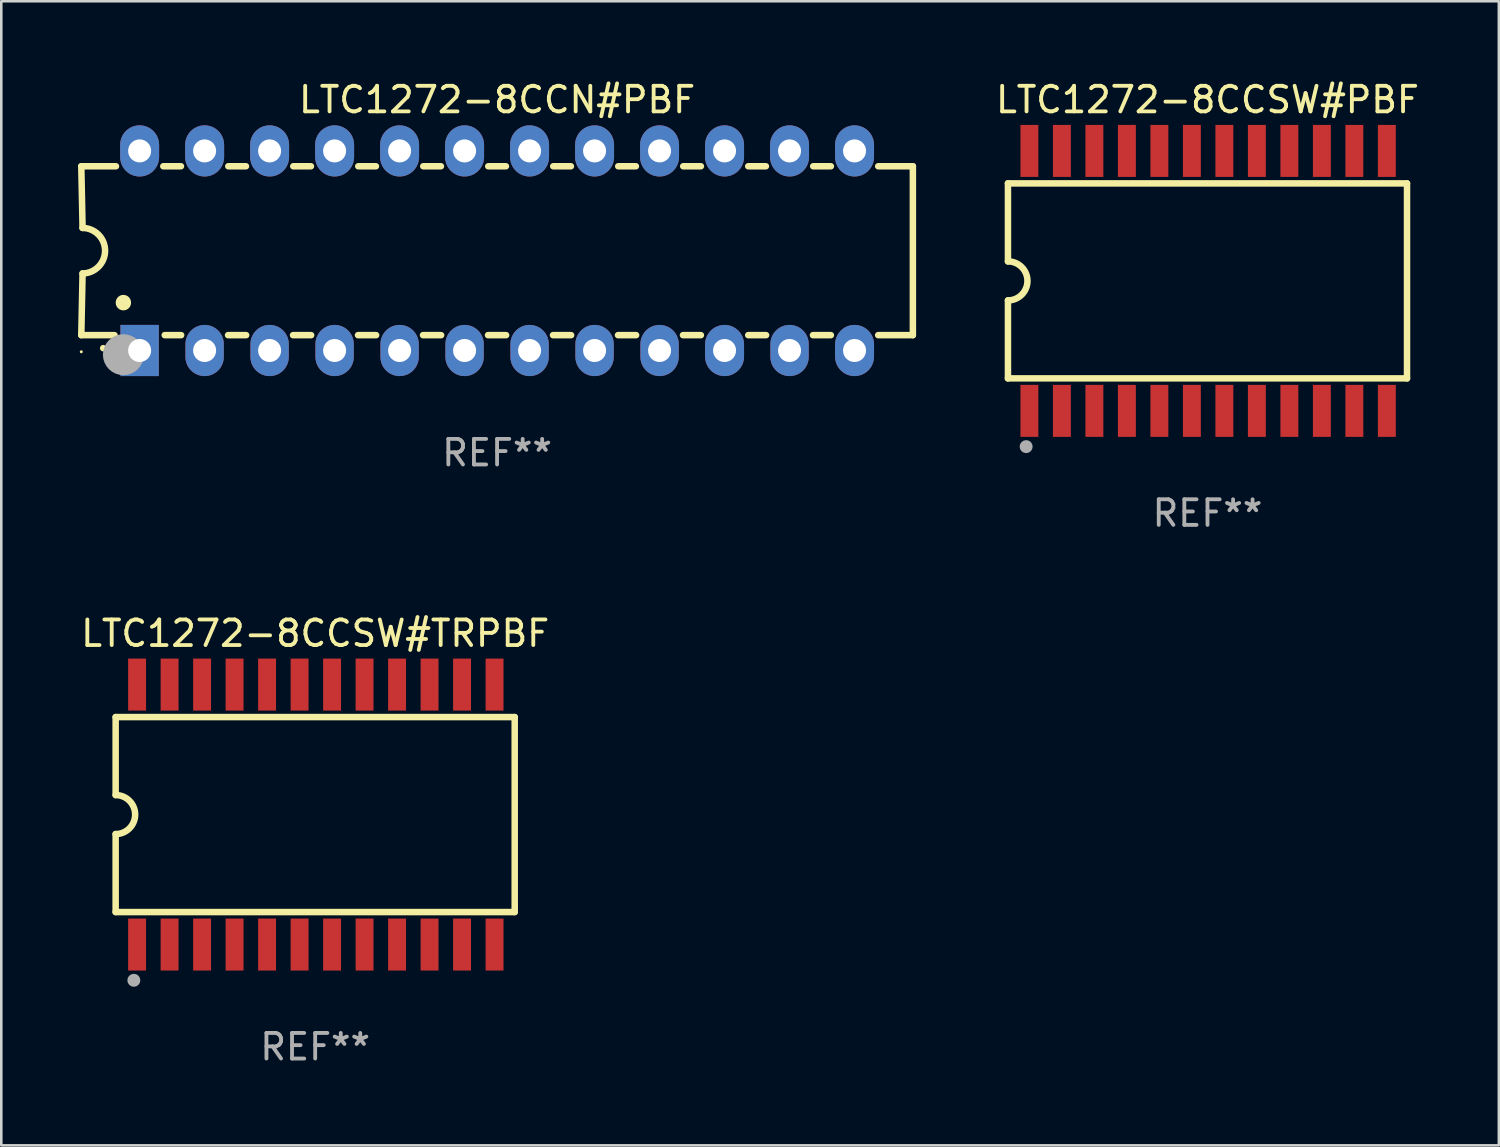
<source format=kicad_pcb>
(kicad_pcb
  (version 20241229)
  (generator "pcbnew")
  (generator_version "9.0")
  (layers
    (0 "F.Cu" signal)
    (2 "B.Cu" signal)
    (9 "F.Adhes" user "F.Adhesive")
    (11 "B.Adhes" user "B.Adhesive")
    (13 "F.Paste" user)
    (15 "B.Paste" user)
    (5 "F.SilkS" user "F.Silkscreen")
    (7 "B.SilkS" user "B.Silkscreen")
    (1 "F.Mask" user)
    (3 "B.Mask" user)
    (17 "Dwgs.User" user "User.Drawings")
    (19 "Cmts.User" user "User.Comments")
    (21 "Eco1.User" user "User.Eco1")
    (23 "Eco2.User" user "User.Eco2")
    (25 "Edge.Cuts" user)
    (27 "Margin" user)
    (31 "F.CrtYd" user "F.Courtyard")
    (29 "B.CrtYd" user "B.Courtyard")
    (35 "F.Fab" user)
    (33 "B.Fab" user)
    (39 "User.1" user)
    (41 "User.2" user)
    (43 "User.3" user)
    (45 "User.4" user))
  (footprint "LTC1272-8CCSW#PBF"
    (layer "F.Cu")
    (at 44.141 7.928)
    (property "Reference" "LTC1272-8CCSW#PBF" (at 0 -7.08 0) (layer "F.SilkS") (effects (font (size 1 1) (thickness 0.15))))
    (attr through_hole)
    (fp_line (start -7.798 -3.81) (end -7.798 -0.762) (stroke (width 0.254) (type solid)) (layer "F.SilkS"))
    (fp_line (start -7.798 3.81) (end -7.798 0.762) (stroke (width 0.254) (type solid)) (layer "F.SilkS"))
    (fp_line (start 7.798 -3.81) (end -7.798 -3.81) (stroke (width 0.254) (type solid)) (layer "F.SilkS"))
    (fp_line (start 7.798 3.81) (end -7.798 3.81) (stroke (width 0.254) (type solid)) (layer "F.SilkS"))
    (fp_line (start 7.798 3.81) (end 7.798 -3.81) (stroke (width 0.254) (type solid)) (layer "F.SilkS"))
    (fp_arc (start -7.797791 -0.762002) (mid -7.03579 -0.000001) (end -7.79779 0.762002) (stroke (width 0.254001) (type solid)) (layer "F.SilkS"))
    (fp_circle (center -7.825 3.75) (end -7.795 3.75) (stroke (width 0.06) (type solid)) (fill no) (layer "F.SilkS"))
    (fp_circle (center -7.087 6.477) (end -6.96 6.477) (stroke (width 0.254) (type solid)) (fill no) (layer "F.Fab"))
    (fp_text user "REF**" (at 0 9.08 0) (layer "F.Fab") (effects (font (size 1 1) (thickness 0.15))))
    (pad "1" smd rect (at -6.96 5.08 90) (size 2.032 0.7) (layers "F.Cu" "F.Mask" "F.Paste"))
    (pad "2" smd rect (at -5.69 5.08 90) (size 2.032 0.7) (layers "F.Cu" "F.Mask" "F.Paste"))
    (pad "3" smd rect (at -4.42 5.08 90) (size 2.032 0.7) (layers "F.Cu" "F.Mask" "F.Paste"))
    (pad "4" smd rect (at -3.15 5.08 90) (size 2.032 0.7) (layers "F.Cu" "F.Mask" "F.Paste"))
    (pad "5" smd rect (at -1.88 5.08 90) (size 2.032 0.7) (layers "F.Cu" "F.Mask" "F.Paste"))
    (pad "6" smd rect (at -0.61 5.08 90) (size 2.032 0.7) (layers "F.Cu" "F.Mask" "F.Paste"))
    (pad "7" smd rect (at 0.66 5.08 90) (size 2.032 0.7) (layers "F.Cu" "F.Mask" "F.Paste"))
    (pad "8" smd rect (at 1.93 5.08 90) (size 2.032 0.7) (layers "F.Cu" "F.Mask" "F.Paste"))
    (pad "9" smd rect (at 3.2 5.08 90) (size 2.032 0.7) (layers "F.Cu" "F.Mask" "F.Paste"))
    (pad "10" smd rect (at 4.47 5.08 90) (size 2.032 0.7) (layers "F.Cu" "F.Mask" "F.Paste"))
    (pad "11" smd rect (at 5.74 5.08 90) (size 2.032 0.7) (layers "F.Cu" "F.Mask" "F.Paste"))
    (pad "12" smd rect (at 7.01 5.08 90) (size 2.032 0.7) (layers "F.Cu" "F.Mask" "F.Paste"))
    (pad "13" smd rect (at 7.01 -5.08 90) (size 2.032 0.7) (layers "F.Cu" "F.Mask" "F.Paste"))
    (pad "14" smd rect (at 5.74 -5.08 90) (size 2.032 0.7) (layers "F.Cu" "F.Mask" "F.Paste"))
    (pad "15" smd rect (at 4.47 -5.08 90) (size 2.032 0.7) (layers "F.Cu" "F.Mask" "F.Paste"))
    (pad "16" smd rect (at 3.2 -5.08 90) (size 2.032 0.7) (layers "F.Cu" "F.Mask" "F.Paste"))
    (pad "17" smd rect (at 1.93 -5.08 90) (size 2.032 0.7) (layers "F.Cu" "F.Mask" "F.Paste"))
    (pad "18" smd rect (at 0.66 -5.08 90) (size 2.032 0.7) (layers "F.Cu" "F.Mask" "F.Paste"))
    (pad "19" smd rect (at -0.61 -5.08 90) (size 2.032 0.7) (layers "F.Cu" "F.Mask" "F.Paste"))
    (pad "20" smd rect (at -1.88 -5.08 90) (size 2.032 0.7) (layers "F.Cu" "F.Mask" "F.Paste"))
    (pad "21" smd rect (at -3.15 -5.08 90) (size 2.032 0.7) (layers "F.Cu" "F.Mask" "F.Paste"))
    (pad "22" smd rect (at -4.42 -5.08 90) (size 2.032 0.7) (layers "F.Cu" "F.Mask" "F.Paste"))
    (pad "23" smd rect (at -5.69 -5.08 90) (size 2.032 0.7) (layers "F.Cu" "F.Mask" "F.Paste"))
    (pad "24" smd rect (at -6.96 -5.08 90) (size 2.032 0.7) (layers "F.Cu" "F.Mask" "F.Paste")))
  (footprint "LTC1272-8CCSW#TRPBF"
    (layer "F.Cu")
    (at 9.268 28.785)
    (property "Reference" "LTC1272-8CCSW#TRPBF" (at 0 -7.08 0) (layer "F.SilkS") (effects (font (size 1 1) (thickness 0.15))))
    (attr through_hole)
    (fp_line (start -7.798 -3.81) (end -7.798 -0.762) (stroke (width 0.254) (type solid)) (layer "F.SilkS"))
    (fp_line (start -7.798 3.81) (end -7.798 0.762) (stroke (width 0.254) (type solid)) (layer "F.SilkS"))
    (fp_line (start 7.798 -3.81) (end -7.798 -3.81) (stroke (width 0.254) (type solid)) (layer "F.SilkS"))
    (fp_line (start 7.798 3.81) (end -7.798 3.81) (stroke (width 0.254) (type solid)) (layer "F.SilkS"))
    (fp_line (start 7.798 3.81) (end 7.798 -3.81) (stroke (width 0.254) (type solid)) (layer "F.SilkS"))
    (fp_arc (start -7.797791 -0.762002) (mid -7.03579 -0.000001) (end -7.79779 0.762002) (stroke (width 0.254001) (type solid)) (layer "F.SilkS"))
    (fp_circle (center -7.825 3.75) (end -7.795 3.75) (stroke (width 0.06) (type solid)) (fill no) (layer "F.SilkS"))
    (fp_circle (center -7.087 6.477) (end -6.96 6.477) (stroke (width 0.254) (type solid)) (fill no) (layer "F.Fab"))
    (fp_text user "REF**" (at 0 9.08 0) (layer "F.Fab") (effects (font (size 1 1) (thickness 0.15))))
    (pad "1" smd rect (at -6.96 5.08 90) (size 2.032 0.7) (layers "F.Cu" "F.Mask" "F.Paste"))
    (pad "2" smd rect (at -5.69 5.08 90) (size 2.032 0.7) (layers "F.Cu" "F.Mask" "F.Paste"))
    (pad "3" smd rect (at -4.42 5.08 90) (size 2.032 0.7) (layers "F.Cu" "F.Mask" "F.Paste"))
    (pad "4" smd rect (at -3.15 5.08 90) (size 2.032 0.7) (layers "F.Cu" "F.Mask" "F.Paste"))
    (pad "5" smd rect (at -1.88 5.08 90) (size 2.032 0.7) (layers "F.Cu" "F.Mask" "F.Paste"))
    (pad "6" smd rect (at -0.61 5.08 90) (size 2.032 0.7) (layers "F.Cu" "F.Mask" "F.Paste"))
    (pad "7" smd rect (at 0.66 5.08 90) (size 2.032 0.7) (layers "F.Cu" "F.Mask" "F.Paste"))
    (pad "8" smd rect (at 1.93 5.08 90) (size 2.032 0.7) (layers "F.Cu" "F.Mask" "F.Paste"))
    (pad "9" smd rect (at 3.2 5.08 90) (size 2.032 0.7) (layers "F.Cu" "F.Mask" "F.Paste"))
    (pad "10" smd rect (at 4.47 5.08 90) (size 2.032 0.7) (layers "F.Cu" "F.Mask" "F.Paste"))
    (pad "11" smd rect (at 5.74 5.08 90) (size 2.032 0.7) (layers "F.Cu" "F.Mask" "F.Paste"))
    (pad "12" smd rect (at 7.01 5.08 90) (size 2.032 0.7) (layers "F.Cu" "F.Mask" "F.Paste"))
    (pad "13" smd rect (at 7.01 -5.08 90) (size 2.032 0.7) (layers "F.Cu" "F.Mask" "F.Paste"))
    (pad "14" smd rect (at 5.74 -5.08 90) (size 2.032 0.7) (layers "F.Cu" "F.Mask" "F.Paste"))
    (pad "15" smd rect (at 4.47 -5.08 90) (size 2.032 0.7) (layers "F.Cu" "F.Mask" "F.Paste"))
    (pad "16" smd rect (at 3.2 -5.08 90) (size 2.032 0.7) (layers "F.Cu" "F.Mask" "F.Paste"))
    (pad "17" smd rect (at 1.93 -5.08 90) (size 2.032 0.7) (layers "F.Cu" "F.Mask" "F.Paste"))
    (pad "18" smd rect (at 0.66 -5.08 90) (size 2.032 0.7) (layers "F.Cu" "F.Mask" "F.Paste"))
    (pad "19" smd rect (at -0.61 -5.08 90) (size 2.032 0.7) (layers "F.Cu" "F.Mask" "F.Paste"))
    (pad "20" smd rect (at -1.88 -5.08 90) (size 2.032 0.7) (layers "F.Cu" "F.Mask" "F.Paste"))
    (pad "21" smd rect (at -3.15 -5.08 90) (size 2.032 0.7) (layers "F.Cu" "F.Mask" "F.Paste"))
    (pad "22" smd rect (at -4.42 -5.08 90) (size 2.032 0.7) (layers "F.Cu" "F.Mask" "F.Paste"))
    (pad "23" smd rect (at -5.69 -5.08 90) (size 2.032 0.7) (layers "F.Cu" "F.Mask" "F.Paste"))
    (pad "24" smd rect (at -6.96 -5.08 90) (size 2.032 0.7) (layers "F.Cu" "F.Mask" "F.Paste")))
  (footprint "LTC1272-8CCN#PBF"
    (layer "F.Cu")
    (at 16.377 6.748)
    (property "Reference" "LTC1272-8CCN#PBF" (at 0 -5.9 0) (layer "F.SilkS") (effects (font (size 1 1) (thickness 0.15))))
    (attr through_hole)
    (fp_line (start -16.25 -3.3) (end -16.2 -0.889) (stroke (width 0.254) (type solid)) (layer "F.SilkS"))
    (fp_line (start -16.25 -3.3) (end -14.895 -3.3) (stroke (width 0.254) (type solid)) (layer "F.SilkS"))
    (fp_line (start -16.25 3.3) (end -16.2 0.889) (stroke (width 0.254) (type solid)) (layer "F.SilkS"))
    (fp_line (start -16.25 3.3) (end -14.951 3.3) (stroke (width 0.254) (type solid)) (layer "F.SilkS"))
    (fp_line (start -13.045 -3.3) (end -12.355 -3.3) (stroke (width 0.254) (type solid)) (layer "F.SilkS"))
    (fp_line (start -12.989 3.3) (end -12.347 3.3) (stroke (width 0.254) (type solid)) (layer "F.SilkS"))
    (fp_line (start -10.514 3.3) (end -9.807 3.3) (stroke (width 0.254) (type solid)) (layer "F.SilkS"))
    (fp_line (start -10.505 -3.3) (end -9.815 -3.3) (stroke (width 0.254) (type solid)) (layer "F.SilkS"))
    (fp_line (start -7.974 3.3) (end -7.267 3.3) (stroke (width 0.254) (type solid)) (layer "F.SilkS"))
    (fp_line (start -7.965 -3.3) (end -7.275 -3.3) (stroke (width 0.254) (type solid)) (layer "F.SilkS"))
    (fp_line (start -5.434 3.3) (end -4.727 3.3) (stroke (width 0.254) (type solid)) (layer "F.SilkS"))
    (fp_line (start -5.425 -3.3) (end -4.735 -3.3) (stroke (width 0.254) (type solid)) (layer "F.SilkS"))
    (fp_line (start -2.894 3.3) (end -2.187 3.3) (stroke (width 0.254) (type solid)) (layer "F.SilkS"))
    (fp_line (start -2.885 -3.3) (end -2.195 -3.3) (stroke (width 0.254) (type solid)) (layer "F.SilkS"))
    (fp_line (start -0.354 3.3) (end 0.353 3.3) (stroke (width 0.254) (type solid)) (layer "F.SilkS"))
    (fp_line (start -0.345 -3.3) (end 0.345 -3.3) (stroke (width 0.254) (type solid)) (layer "F.SilkS"))
    (fp_line (start 2.186 3.3) (end 2.893 3.3) (stroke (width 0.254) (type solid)) (layer "F.SilkS"))
    (fp_line (start 2.195 -3.3) (end 2.885 -3.3) (stroke (width 0.254) (type solid)) (layer "F.SilkS"))
    (fp_line (start 4.726 3.3) (end 5.434 3.3) (stroke (width 0.254) (type solid)) (layer "F.SilkS"))
    (fp_line (start 4.735 -3.3) (end 5.425 -3.3) (stroke (width 0.254) (type solid)) (layer "F.SilkS"))
    (fp_line (start 7.266 3.3) (end 7.965 3.3) (stroke (width 0.254) (type solid)) (layer "F.SilkS"))
    (fp_line (start 7.275 -3.3) (end 7.965 -3.3) (stroke (width 0.254) (type solid)) (layer "F.SilkS"))
    (fp_line (start 9.815 -3.3) (end 10.505 -3.3) (stroke (width 0.254) (type solid)) (layer "F.SilkS"))
    (fp_line (start 9.815 3.3) (end 10.514 3.3) (stroke (width 0.254) (type solid)) (layer "F.SilkS"))
    (fp_line (start 12.346 3.3) (end 13.045 3.3) (stroke (width 0.254) (type solid)) (layer "F.SilkS"))
    (fp_line (start 12.355 -3.3) (end 13.045 -3.3) (stroke (width 0.254) (type solid)) (layer "F.SilkS"))
    (fp_line (start 16.25 -3.3) (end 14.895 -3.3) (stroke (width 0.254) (type solid)) (layer "F.SilkS"))
    (fp_line (start 16.25 -3.3) (end 16.25 3.3) (stroke (width 0.254) (type solid)) (layer "F.SilkS"))
    (fp_line (start 16.25 3.3) (end 14.895 3.3) (stroke (width 0.254) (type solid)) (layer "F.SilkS"))
    (fp_arc (start -16.201016 -0.890146) (mid -15.311429 -0.001055) (end -16.200025 0.889027) (stroke (width 0.254001) (type solid)) (layer "F.SilkS"))
    (fp_arc (start -15.394971 3.810033) (mid -15.394978 3.808763) (end -15.394971 3.807493) (stroke (width 0.25) (type solid)) (layer "F.SilkS"))
    (fp_arc (start -14.605029 2.032029) (mid -14.60504 2.029489) (end -14.605029 2.026949) (stroke (width 0.6) (type solid)) (layer "F.SilkS"))
    (fp_circle (center -16.25 3.95) (end -16.22 3.95) (stroke (width 0.06) (type solid)) (fill no) (layer "F.SilkS"))
    (fp_circle (center -14.605 4.064) (end -14.205 4.064) (stroke (width 0.8) (type solid)) (fill no) (layer "F.Fab"))
    (fp_text user "REF**" (at 0 7.9 0) (layer "F.Fab") (effects (font (size 1 1) (thickness 0.15))))
    (pad "1" thru_hole rect (at -13.97 3.9 90) (size 2 1.5) (drill 0.9) (layers "*.Cu" "*.Mask"))
    (pad "2" thru_hole oval (at -11.43 3.9 90) (size 2 1.5) (drill 0.9) (layers "*.Cu" "*.Mask"))
    (pad "3" thru_hole oval (at -8.89 3.9 90) (size 2 1.5) (drill 0.9) (layers "*.Cu" "*.Mask"))
    (pad "4" thru_hole oval (at -6.35 3.9 90) (size 2 1.5) (drill 0.9) (layers "*.Cu" "*.Mask"))
    (pad "5" thru_hole oval (at -3.81 3.9 90) (size 2 1.5) (drill 0.9) (layers "*.Cu" "*.Mask"))
    (pad "6" thru_hole oval (at -1.27 3.9 90) (size 2 1.5) (drill 0.9) (layers "*.Cu" "*.Mask"))
    (pad "7" thru_hole oval (at 1.27 3.9 90) (size 2 1.5) (drill 0.9) (layers "*.Cu" "*.Mask"))
    (pad "8" thru_hole oval (at 3.81 3.9 90) (size 2 1.5) (drill 0.9) (layers "*.Cu" "*.Mask"))
    (pad "9" thru_hole oval (at 6.35 3.9 90) (size 2 1.5) (drill 0.9) (layers "*.Cu" "*.Mask"))
    (pad "10" thru_hole oval (at 8.89 3.9 90) (size 2 1.524) (drill 0.9) (layers "*.Cu" "*.Mask"))
    (pad "11" thru_hole oval (at 11.43 3.9 90) (size 2 1.5) (drill 0.9) (layers "*.Cu" "*.Mask"))
    (pad "12" thru_hole oval (at 13.97 3.9 90) (size 2 1.524) (drill 0.9) (layers "*.Cu" "*.Mask"))
    (pad "13" thru_hole oval (at 13.97 -3.9 90) (size 2 1.524) (drill 0.9) (layers "*.Cu" "*.Mask"))
    (pad "14" thru_hole oval (at 11.43 -3.9 90) (size 2 1.524) (drill 0.9) (layers "*.Cu" "*.Mask"))
    (pad "15" thru_hole oval (at 8.89 -3.9 90) (size 2 1.524) (drill 0.9) (layers "*.Cu" "*.Mask"))
    (pad "16" thru_hole oval (at 6.35 -3.9 90) (size 2 1.524) (drill 0.9) (layers "*.Cu" "*.Mask"))
    (pad "17" thru_hole oval (at 3.81 -3.9 90) (size 2 1.524) (drill 0.9) (layers "*.Cu" "*.Mask"))
    (pad "18" thru_hole oval (at 1.27 -3.9 90) (size 2 1.524) (drill 0.9) (layers "*.Cu" "*.Mask"))
    (pad "19" thru_hole oval (at -1.27 -3.9 90) (size 2 1.524) (drill 0.9) (layers "*.Cu" "*.Mask"))
    (pad "20" thru_hole oval (at -3.81 -3.9 90) (size 2 1.524) (drill 0.9) (layers "*.Cu" "*.Mask"))
    (pad "21" thru_hole oval (at -6.35 -3.9 90) (size 2 1.524) (drill 0.9) (layers "*.Cu" "*.Mask"))
    (pad "22" thru_hole oval (at -8.89 -3.9 90) (size 2 1.524) (drill 0.9) (layers "*.Cu" "*.Mask"))
    (pad "23" thru_hole oval (at -11.43 -3.9 90) (size 2 1.524) (drill 0.9) (layers "*.Cu" "*.Mask"))
    (pad "24" thru_hole oval (at -13.97 -3.9 90) (size 2 1.524) (drill 0.9) (layers "*.Cu" "*.Mask")))
  (gr_rect
    (start -3 -3)
    (end 55.528 41.713)
    (stroke (width 0.1) (type default))
    (fill no)
    (layer "Edge.Cuts")))
</source>
